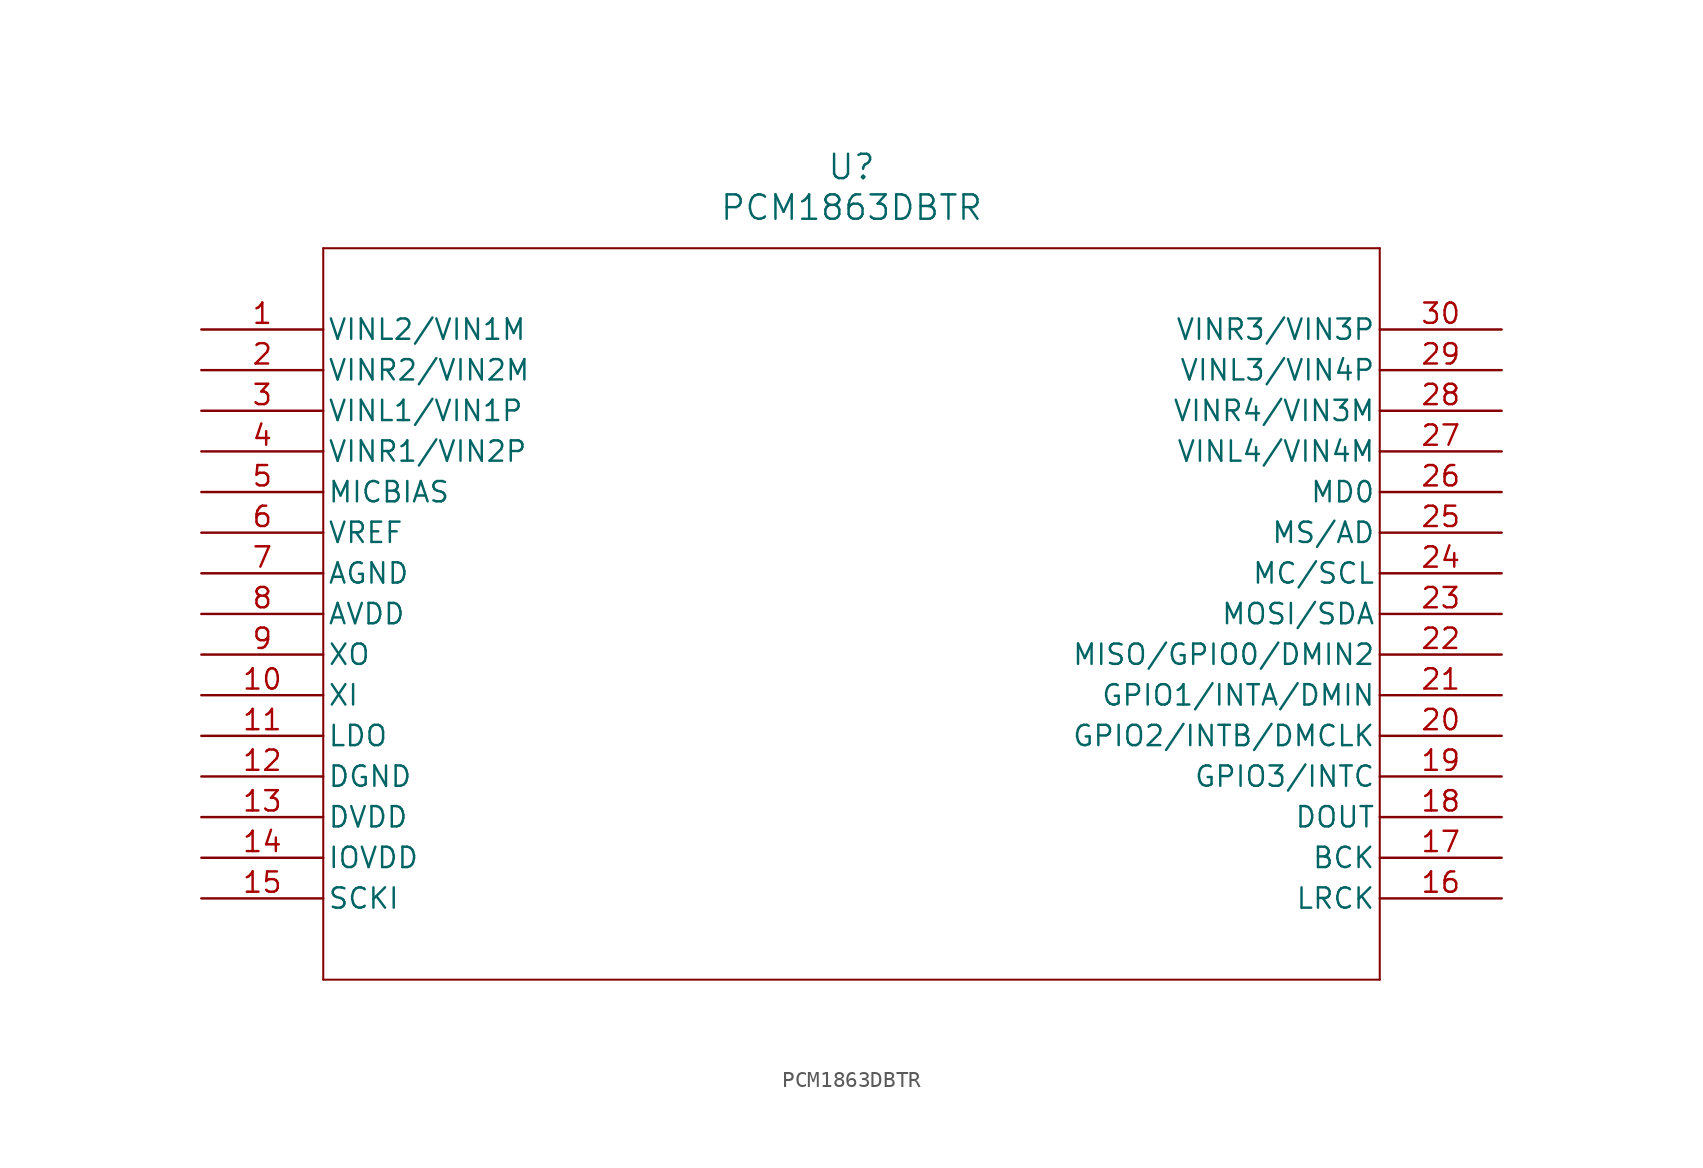
<source format=kicad_sym>
(kicad_symbol_lib
  (version 20241209)
  (generator "kicad_symbol_editor")
  (generator_version "9.0")
  (symbol "PCM1863DBTR"
    (pin_names
      (offset 0.254))
    (property "Reference" "U"
      (at 40.64 10.16 0)
      (effects (font (size 1.524 1.524))))
    (property "Value" "PCM1863DBTR"
      (at 40.64 7.62 0)
      (effects (font (size 1.524 1.524))))
    (property "ki_locked" ""
      (at 0 0 0)
      (effects (font (size 1.27 1.27))))
    (symbol "PCM1863DBTR_0_1"
      (polyline (pts (xy 7.62 5.08) (xy 7.62 -40.64)) (stroke (width 0.127) (type default)) (fill (type none)))
      (polyline (pts (xy 7.62 -40.64) (xy 73.66 -40.64)) (stroke (width 0.127) (type default)) (fill (type none)))
      (polyline (pts (xy 73.66 5.08) (xy 7.62 5.08)) (stroke (width 0.127) (type default)) (fill (type none)))
      (polyline (pts (xy 73.66 -40.64) (xy 73.66 5.08)) (stroke (width 0.127) (type default)) (fill (type none)))
      (pin input line (at 0 0 0) (length 7.62) (name "VINL2/VIN1M" (effects (font (size 1.27 1.27)))) (number "1" (effects (font (size 1.27 1.27)))))
      (pin input line (at 0 -2.54 0) (length 7.62) (name "VINR2/VIN2M" (effects (font (size 1.27 1.27)))) (number "2" (effects (font (size 1.27 1.27)))))
      (pin input line (at 0 -5.08 0) (length 7.62) (name "VINL1/VIN1P" (effects (font (size 1.27 1.27)))) (number "3" (effects (font (size 1.27 1.27)))))
      (pin input line (at 0 -7.62 0) (length 7.62) (name "VINR1/VIN2P" (effects (font (size 1.27 1.27)))) (number "4" (effects (font (size 1.27 1.27)))))
      (pin unspecified line (at 0 -10.16 0) (length 7.62) (name "MICBIAS" (effects (font (size 1.27 1.27)))) (number "5" (effects (font (size 1.27 1.27)))))
      (pin power_in line (at 0 -12.7 0) (length 7.62) (name "VREF" (effects (font (size 1.27 1.27)))) (number "6" (effects (font (size 1.27 1.27)))))
      (pin power_in line (at 0 -15.24 0) (length 7.62) (name "AGND" (effects (font (size 1.27 1.27)))) (number "7" (effects (font (size 1.27 1.27)))))
      (pin power_in line (at 0 -17.78 0) (length 7.62) (name "AVDD" (effects (font (size 1.27 1.27)))) (number "8" (effects (font (size 1.27 1.27)))))
      (pin output line (at 0 -20.32 0) (length 7.62) (name "XO" (effects (font (size 1.27 1.27)))) (number "9" (effects (font (size 1.27 1.27)))))
      (pin input line (at 0 -22.86 0) (length 7.62) (name "XI" (effects (font (size 1.27 1.27)))) (number "10" (effects (font (size 1.27 1.27)))))
      (pin output line (at 0 -25.4 0) (length 7.62) (name "LDO" (effects (font (size 1.27 1.27)))) (number "11" (effects (font (size 1.27 1.27)))))
      (pin power_in line (at 0 -27.94 0) (length 7.62) (name "DGND" (effects (font (size 1.27 1.27)))) (number "12" (effects (font (size 1.27 1.27)))))
      (pin power_in line (at 0 -30.48 0) (length 7.62) (name "DVDD" (effects (font (size 1.27 1.27)))) (number "13" (effects (font (size 1.27 1.27)))))
      (pin power_in line (at 0 -33.02 0) (length 7.62) (name "IOVDD" (effects (font (size 1.27 1.27)))) (number "14" (effects (font (size 1.27 1.27)))))
      (pin input line (at 0 -35.56 0) (length 7.62) (name "SCKI" (effects (font (size 1.27 1.27)))) (number "15" (effects (font (size 1.27 1.27)))))
      (pin input line (at 81.28 0 180) (length 7.62) (name "VINR3/VIN3P" (effects (font (size 1.27 1.27)))) (number "30" (effects (font (size 1.27 1.27)))))
      (pin input line (at 81.28 -2.54 180) (length 7.62) (name "VINL3/VIN4P" (effects (font (size 1.27 1.27)))) (number "29" (effects (font (size 1.27 1.27)))))
      (pin input line (at 81.28 -5.08 180) (length 7.62) (name "VINR4/VIN3M" (effects (font (size 1.27 1.27)))) (number "28" (effects (font (size 1.27 1.27)))))
      (pin input line (at 81.28 -7.62 180) (length 7.62) (name "VINL4/VIN4M" (effects (font (size 1.27 1.27)))) (number "27" (effects (font (size 1.27 1.27)))))
      (pin input line (at 81.28 -10.16 180) (length 7.62) (name "MD0" (effects (font (size 1.27 1.27)))) (number "26" (effects (font (size 1.27 1.27)))))
      (pin input line (at 81.28 -12.7 180) (length 7.62) (name "MS/AD" (effects (font (size 1.27 1.27)))) (number "25" (effects (font (size 1.27 1.27)))))
      (pin input line (at 81.28 -15.24 180) (length 7.62) (name "MC/SCL" (effects (font (size 1.27 1.27)))) (number "24" (effects (font (size 1.27 1.27)))))
      (pin bidirectional line (at 81.28 -17.78 180) (length 7.62) (name "MOSI/SDA" (effects (font (size 1.27 1.27)))) (number "23" (effects (font (size 1.27 1.27)))))
      (pin bidirectional line (at 81.28 -20.32 180) (length 7.62) (name "MISO/GPIO0/DMIN2" (effects (font (size 1.27 1.27)))) (number "22" (effects (font (size 1.27 1.27)))))
      (pin bidirectional line (at 81.28 -22.86 180) (length 7.62) (name "GPIO1/INTA/DMIN" (effects (font (size 1.27 1.27)))) (number "21" (effects (font (size 1.27 1.27)))))
      (pin bidirectional line (at 81.28 -25.4 180) (length 7.62) (name "GPIO2/INTB/DMCLK" (effects (font (size 1.27 1.27)))) (number "20" (effects (font (size 1.27 1.27)))))
      (pin bidirectional line (at 81.28 -27.94 180) (length 7.62) (name "GPIO3/INTC" (effects (font (size 1.27 1.27)))) (number "19" (effects (font (size 1.27 1.27)))))
      (pin output line (at 81.28 -30.48 180) (length 7.62) (name "DOUT" (effects (font (size 1.27 1.27)))) (number "18" (effects (font (size 1.27 1.27)))))
      (pin bidirectional line (at 81.28 -33.02 180) (length 7.62) (name "BCK" (effects (font (size 1.27 1.27)))) (number "17" (effects (font (size 1.27 1.27)))))
      (pin bidirectional line (at 81.28 -35.56 180) (length 7.62) (name "LRCK" (effects (font (size 1.27 1.27)))) (number "16" (effects (font (size 1.27 1.27))))))))
</source>
